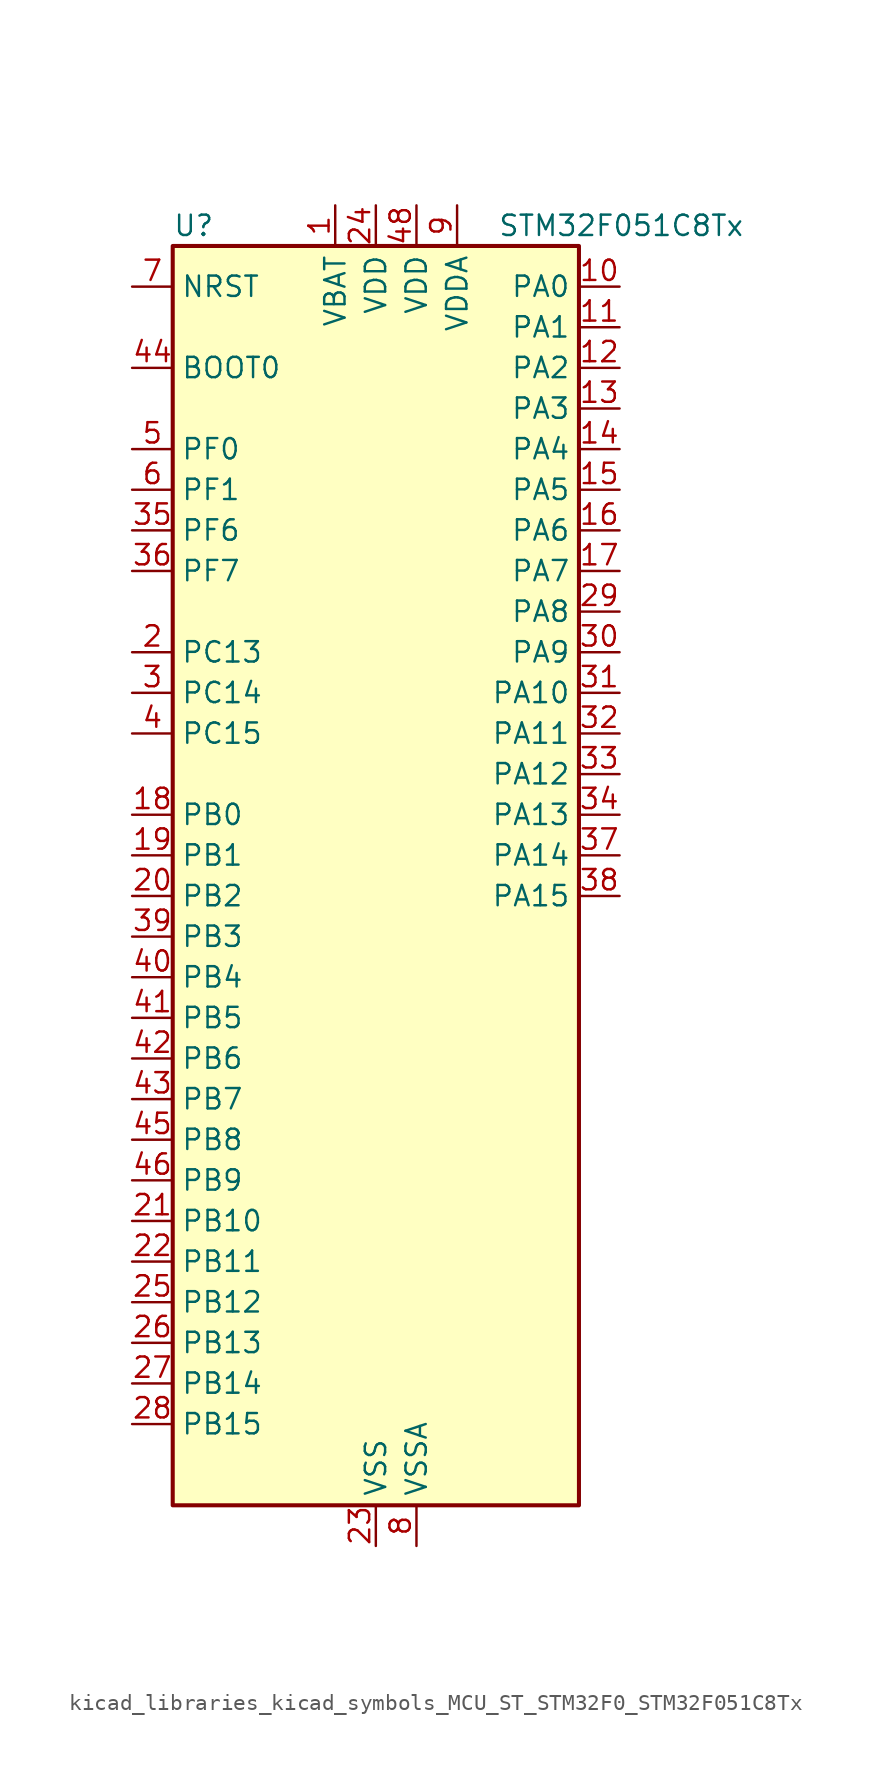
<source format=kicad_sym>
(kicad_symbol_lib
  (version 20220914)
  (generator kicad_symbol_editor)
  (symbol "kicad_libraries_kicad_symbols_MCU_ST_STM32F0_STM32F051C8Tx"
    (property "Reference" "U"
      (at -12.7 41.91 0)
      (effects (font (size 1.27 1.27)) (justify left)))
    (property "Value" "STM32F051C8Tx"
      (at 7.62 41.91 0)
      (effects (font (size 1.27 1.27)) (justify left)))
    (property "ki_locked" ""
      (at 0 0 0)
      (effects (font (size 1.27 1.27))))
    (symbol "kicad_libraries_kicad_symbols_MCU_ST_STM32F0_STM32F051C8Tx_0_1"
      (rectangle (start -12.7 -38.1) (end 12.7 40.64) (stroke (width 0.254) (type default)) (fill (type background))))
    (symbol "kicad_libraries_kicad_symbols_MCU_ST_STM32F0_STM32F051C8Tx_1_1"
      (pin power_in line (at -2.54 43.18 270) (length 2.54) (name "VBAT" (effects (font (size 1.27 1.27)))) (number "1" (effects (font (size 1.27 1.27)))))
      (pin bidirectional line (at 15.24 38.1 180) (length 2.54) (name "PA0" (effects (font (size 1.27 1.27)))) (number "10" (effects (font (size 1.27 1.27)))) (alternate "ADC_IN0" bidirectional line) (alternate "COMP1_INM" bidirectional line) (alternate "COMP1_OUT" bidirectional line) (alternate "RTC_TAMP2" bidirectional line) (alternate "SYS_WKUP1" bidirectional line) (alternate "TIM2_CH1" bidirectional line) (alternate "TIM2_ETR" bidirectional line) (alternate "TSC_G1_IO1" bidirectional line) (alternate "USART2_CTS" bidirectional line))
      (pin bidirectional line (at 15.24 35.56 180) (length 2.54) (name "PA1" (effects (font (size 1.27 1.27)))) (number "11" (effects (font (size 1.27 1.27)))) (alternate "ADC_IN1" bidirectional line) (alternate "COMP1_INP" bidirectional line) (alternate "TIM2_CH2" bidirectional line) (alternate "TSC_G1_IO2" bidirectional line) (alternate "USART2_DE" bidirectional line) (alternate "USART2_RTS" bidirectional line))
      (pin bidirectional line (at 15.24 33.02 180) (length 2.54) (name "PA2" (effects (font (size 1.27 1.27)))) (number "12" (effects (font (size 1.27 1.27)))) (alternate "ADC_IN2" bidirectional line) (alternate "COMP2_INM" bidirectional line) (alternate "COMP2_OUT" bidirectional line) (alternate "TIM15_CH1" bidirectional line) (alternate "TIM2_CH3" bidirectional line) (alternate "TSC_G1_IO3" bidirectional line) (alternate "USART2_TX" bidirectional line))
      (pin bidirectional line (at 15.24 30.48 180) (length 2.54) (name "PA3" (effects (font (size 1.27 1.27)))) (number "13" (effects (font (size 1.27 1.27)))) (alternate "ADC_IN3" bidirectional line) (alternate "COMP2_INP" bidirectional line) (alternate "TIM15_CH2" bidirectional line) (alternate "TIM2_CH4" bidirectional line) (alternate "TSC_G1_IO4" bidirectional line) (alternate "USART2_RX" bidirectional line))
      (pin bidirectional line (at 15.24 27.94 180) (length 2.54) (name "PA4" (effects (font (size 1.27 1.27)))) (number "14" (effects (font (size 1.27 1.27)))) (alternate "ADC_IN4" bidirectional line) (alternate "COMP1_INM" bidirectional line) (alternate "COMP2_INM" bidirectional line) (alternate "DAC1_OUT1" bidirectional line) (alternate "I2S1_WS" bidirectional line) (alternate "SPI1_NSS" bidirectional line) (alternate "TIM14_CH1" bidirectional line) (alternate "TSC_G2_IO1" bidirectional line) (alternate "USART2_CK" bidirectional line))
      (pin bidirectional line (at 15.24 25.4 180) (length 2.54) (name "PA5" (effects (font (size 1.27 1.27)))) (number "15" (effects (font (size 1.27 1.27)))) (alternate "ADC_IN5" bidirectional line) (alternate "CEC" bidirectional line) (alternate "COMP1_INM" bidirectional line) (alternate "COMP2_INM" bidirectional line) (alternate "I2S1_CK" bidirectional line) (alternate "SPI1_SCK" bidirectional line) (alternate "TIM2_CH1" bidirectional line) (alternate "TIM2_ETR" bidirectional line) (alternate "TSC_G2_IO2" bidirectional line))
      (pin bidirectional line (at 15.24 22.86 180) (length 2.54) (name "PA6" (effects (font (size 1.27 1.27)))) (number "16" (effects (font (size 1.27 1.27)))) (alternate "ADC_IN6" bidirectional line) (alternate "COMP1_OUT" bidirectional line) (alternate "I2S1_MCK" bidirectional line) (alternate "SPI1_MISO" bidirectional line) (alternate "TIM16_CH1" bidirectional line) (alternate "TIM1_BKIN" bidirectional line) (alternate "TIM3_CH1" bidirectional line) (alternate "TSC_G2_IO3" bidirectional line))
      (pin bidirectional line (at 15.24 20.32 180) (length 2.54) (name "PA7" (effects (font (size 1.27 1.27)))) (number "17" (effects (font (size 1.27 1.27)))) (alternate "ADC_IN7" bidirectional line) (alternate "COMP2_OUT" bidirectional line) (alternate "I2S1_SD" bidirectional line) (alternate "SPI1_MOSI" bidirectional line) (alternate "TIM14_CH1" bidirectional line) (alternate "TIM17_CH1" bidirectional line) (alternate "TIM1_CH1N" bidirectional line) (alternate "TIM3_CH2" bidirectional line) (alternate "TSC_G2_IO4" bidirectional line))
      (pin bidirectional line (at -15.24 5.08 0) (length 2.54) (name "PB0" (effects (font (size 1.27 1.27)))) (number "18" (effects (font (size 1.27 1.27)))) (alternate "ADC_IN8" bidirectional line) (alternate "TIM1_CH2N" bidirectional line) (alternate "TIM3_CH3" bidirectional line) (alternate "TSC_G3_IO2" bidirectional line))
      (pin bidirectional line (at -15.24 2.54 0) (length 2.54) (name "PB1" (effects (font (size 1.27 1.27)))) (number "19" (effects (font (size 1.27 1.27)))) (alternate "ADC_IN9" bidirectional line) (alternate "TIM14_CH1" bidirectional line) (alternate "TIM1_CH3N" bidirectional line) (alternate "TIM3_CH4" bidirectional line) (alternate "TSC_G3_IO3" bidirectional line))
      (pin bidirectional line (at -15.24 15.24 0) (length 2.54) (name "PC13" (effects (font (size 1.27 1.27)))) (number "2" (effects (font (size 1.27 1.27)))) (alternate "RTC_OUT_ALARM" bidirectional line) (alternate "RTC_OUT_CALIB" bidirectional line) (alternate "RTC_TAMP1" bidirectional line) (alternate "RTC_TS" bidirectional line) (alternate "SYS_WKUP2" bidirectional line))
      (pin bidirectional line (at -15.24 0 0) (length 2.54) (name "PB2" (effects (font (size 1.27 1.27)))) (number "20" (effects (font (size 1.27 1.27)))) (alternate "TSC_G3_IO4" bidirectional line))
      (pin bidirectional line (at -15.24 -20.32 0) (length 2.54) (name "PB10" (effects (font (size 1.27 1.27)))) (number "21" (effects (font (size 1.27 1.27)))) (alternate "CEC" bidirectional line) (alternate "I2C2_SCL" bidirectional line) (alternate "TIM2_CH3" bidirectional line) (alternate "TSC_SYNC" bidirectional line))
      (pin bidirectional line (at -15.24 -22.86 0) (length 2.54) (name "PB11" (effects (font (size 1.27 1.27)))) (number "22" (effects (font (size 1.27 1.27)))) (alternate "I2C2_SDA" bidirectional line) (alternate "TIM2_CH4" bidirectional line) (alternate "TSC_G6_IO1" bidirectional line))
      (pin power_in line (at 0 -40.64 90) (length 2.54) (name "VSS" (effects (font (size 1.27 1.27)))) (number "23" (effects (font (size 1.27 1.27)))))
      (pin power_in line (at 0 43.18 270) (length 2.54) (name "VDD" (effects (font (size 1.27 1.27)))) (number "24" (effects (font (size 1.27 1.27)))))
      (pin bidirectional line (at -15.24 -25.4 0) (length 2.54) (name "PB12" (effects (font (size 1.27 1.27)))) (number "25" (effects (font (size 1.27 1.27)))) (alternate "SPI2_NSS" bidirectional line) (alternate "TIM1_BKIN" bidirectional line) (alternate "TSC_G6_IO2" bidirectional line))
      (pin bidirectional line (at -15.24 -27.94 0) (length 2.54) (name "PB13" (effects (font (size 1.27 1.27)))) (number "26" (effects (font (size 1.27 1.27)))) (alternate "SPI2_SCK" bidirectional line) (alternate "TIM1_CH1N" bidirectional line) (alternate "TSC_G6_IO3" bidirectional line))
      (pin bidirectional line (at -15.24 -30.48 0) (length 2.54) (name "PB14" (effects (font (size 1.27 1.27)))) (number "27" (effects (font (size 1.27 1.27)))) (alternate "SPI2_MISO" bidirectional line) (alternate "TIM15_CH1" bidirectional line) (alternate "TIM1_CH2N" bidirectional line) (alternate "TSC_G6_IO4" bidirectional line))
      (pin bidirectional line (at -15.24 -33.02 0) (length 2.54) (name "PB15" (effects (font (size 1.27 1.27)))) (number "28" (effects (font (size 1.27 1.27)))) (alternate "RTC_REFIN" bidirectional line) (alternate "SPI2_MOSI" bidirectional line) (alternate "TIM15_CH1N" bidirectional line) (alternate "TIM15_CH2" bidirectional line) (alternate "TIM1_CH3N" bidirectional line))
      (pin bidirectional line (at 15.24 17.78 180) (length 2.54) (name "PA8" (effects (font (size 1.27 1.27)))) (number "29" (effects (font (size 1.27 1.27)))) (alternate "RCC_MCO" bidirectional line) (alternate "TIM1_CH1" bidirectional line) (alternate "USART1_CK" bidirectional line))
      (pin bidirectional line (at -15.24 12.7 0) (length 2.54) (name "PC14" (effects (font (size 1.27 1.27)))) (number "3" (effects (font (size 1.27 1.27)))) (alternate "RCC_OSC32_IN" bidirectional line))
      (pin bidirectional line (at 15.24 15.24 180) (length 2.54) (name "PA9" (effects (font (size 1.27 1.27)))) (number "30" (effects (font (size 1.27 1.27)))) (alternate "DAC1_EXTI9" bidirectional line) (alternate "TIM15_BKIN" bidirectional line) (alternate "TIM1_CH2" bidirectional line) (alternate "TSC_G4_IO1" bidirectional line) (alternate "USART1_TX" bidirectional line))
      (pin bidirectional line (at 15.24 12.7 180) (length 2.54) (name "PA10" (effects (font (size 1.27 1.27)))) (number "31" (effects (font (size 1.27 1.27)))) (alternate "TIM17_BKIN" bidirectional line) (alternate "TIM1_CH3" bidirectional line) (alternate "TSC_G4_IO2" bidirectional line) (alternate "USART1_RX" bidirectional line))
      (pin bidirectional line (at 15.24 10.16 180) (length 2.54) (name "PA11" (effects (font (size 1.27 1.27)))) (number "32" (effects (font (size 1.27 1.27)))) (alternate "COMP1_OUT" bidirectional line) (alternate "TIM1_CH4" bidirectional line) (alternate "TSC_G4_IO3" bidirectional line) (alternate "USART1_CTS" bidirectional line))
      (pin bidirectional line (at 15.24 7.62 180) (length 2.54) (name "PA12" (effects (font (size 1.27 1.27)))) (number "33" (effects (font (size 1.27 1.27)))) (alternate "COMP2_OUT" bidirectional line) (alternate "TIM1_ETR" bidirectional line) (alternate "TSC_G4_IO4" bidirectional line) (alternate "USART1_DE" bidirectional line) (alternate "USART1_RTS" bidirectional line))
      (pin bidirectional line (at 15.24 5.08 180) (length 2.54) (name "PA13" (effects (font (size 1.27 1.27)))) (number "34" (effects (font (size 1.27 1.27)))) (alternate "IR_OUT" bidirectional line) (alternate "SYS_SWDIO" bidirectional line))
      (pin bidirectional line (at -15.24 22.86 0) (length 2.54) (name "PF6" (effects (font (size 1.27 1.27)))) (number "35" (effects (font (size 1.27 1.27)))) (alternate "I2C2_SCL" bidirectional line))
      (pin bidirectional line (at -15.24 20.32 0) (length 2.54) (name "PF7" (effects (font (size 1.27 1.27)))) (number "36" (effects (font (size 1.27 1.27)))) (alternate "I2C2_SDA" bidirectional line))
      (pin bidirectional line (at 15.24 2.54 180) (length 2.54) (name "PA14" (effects (font (size 1.27 1.27)))) (number "37" (effects (font (size 1.27 1.27)))) (alternate "SYS_SWCLK" bidirectional line) (alternate "USART2_TX" bidirectional line))
      (pin bidirectional line (at 15.24 0 180) (length 2.54) (name "PA15" (effects (font (size 1.27 1.27)))) (number "38" (effects (font (size 1.27 1.27)))) (alternate "I2S1_WS" bidirectional line) (alternate "SPI1_NSS" bidirectional line) (alternate "TIM2_CH1" bidirectional line) (alternate "TIM2_ETR" bidirectional line) (alternate "USART2_RX" bidirectional line))
      (pin bidirectional line (at -15.24 -2.54 0) (length 2.54) (name "PB3" (effects (font (size 1.27 1.27)))) (number "39" (effects (font (size 1.27 1.27)))) (alternate "I2S1_CK" bidirectional line) (alternate "SPI1_SCK" bidirectional line) (alternate "TIM2_CH2" bidirectional line) (alternate "TSC_G5_IO1" bidirectional line))
      (pin bidirectional line (at -15.24 10.16 0) (length 2.54) (name "PC15" (effects (font (size 1.27 1.27)))) (number "4" (effects (font (size 1.27 1.27)))) (alternate "RCC_OSC32_OUT" bidirectional line))
      (pin bidirectional line (at -15.24 -5.08 0) (length 2.54) (name "PB4" (effects (font (size 1.27 1.27)))) (number "40" (effects (font (size 1.27 1.27)))) (alternate "I2S1_MCK" bidirectional line) (alternate "SPI1_MISO" bidirectional line) (alternate "TIM3_CH1" bidirectional line) (alternate "TSC_G5_IO2" bidirectional line))
      (pin bidirectional line (at -15.24 -7.62 0) (length 2.54) (name "PB5" (effects (font (size 1.27 1.27)))) (number "41" (effects (font (size 1.27 1.27)))) (alternate "I2C1_SMBA" bidirectional line) (alternate "I2S1_SD" bidirectional line) (alternate "SPI1_MOSI" bidirectional line) (alternate "TIM16_BKIN" bidirectional line) (alternate "TIM3_CH2" bidirectional line))
      (pin bidirectional line (at -15.24 -10.16 0) (length 2.54) (name "PB6" (effects (font (size 1.27 1.27)))) (number "42" (effects (font (size 1.27 1.27)))) (alternate "I2C1_SCL" bidirectional line) (alternate "TIM16_CH1N" bidirectional line) (alternate "TSC_G5_IO3" bidirectional line) (alternate "USART1_TX" bidirectional line))
      (pin bidirectional line (at -15.24 -12.7 0) (length 2.54) (name "PB7" (effects (font (size 1.27 1.27)))) (number "43" (effects (font (size 1.27 1.27)))) (alternate "I2C1_SDA" bidirectional line) (alternate "TIM17_CH1N" bidirectional line) (alternate "TSC_G5_IO4" bidirectional line) (alternate "USART1_RX" bidirectional line))
      (pin input line (at -15.24 33.02 0) (length 2.54) (name "BOOT0" (effects (font (size 1.27 1.27)))) (number "44" (effects (font (size 1.27 1.27)))))
      (pin bidirectional line (at -15.24 -15.24 0) (length 2.54) (name "PB8" (effects (font (size 1.27 1.27)))) (number "45" (effects (font (size 1.27 1.27)))) (alternate "CEC" bidirectional line) (alternate "I2C1_SCL" bidirectional line) (alternate "TIM16_CH1" bidirectional line) (alternate "TSC_SYNC" bidirectional line))
      (pin bidirectional line (at -15.24 -17.78 0) (length 2.54) (name "PB9" (effects (font (size 1.27 1.27)))) (number "46" (effects (font (size 1.27 1.27)))) (alternate "DAC1_EXTI9" bidirectional line) (alternate "I2C1_SDA" bidirectional line) (alternate "IR_OUT" bidirectional line) (alternate "TIM17_CH1" bidirectional line))
      (pin passive line (at 0 -40.64 90) (length 2.54) hide (name "VSS" (effects (font (size 1.27 1.27)))) (number "47" (effects (font (size 1.27 1.27)))))
      (pin power_in line (at 2.54 43.18 270) (length 2.54) (name "VDD" (effects (font (size 1.27 1.27)))) (number "48" (effects (font (size 1.27 1.27)))))
      (pin bidirectional line (at -15.24 27.94 0) (length 2.54) (name "PF0" (effects (font (size 1.27 1.27)))) (number "5" (effects (font (size 1.27 1.27)))) (alternate "RCC_OSC_IN" bidirectional line))
      (pin bidirectional line (at -15.24 25.4 0) (length 2.54) (name "PF1" (effects (font (size 1.27 1.27)))) (number "6" (effects (font (size 1.27 1.27)))) (alternate "RCC_OSC_OUT" bidirectional line))
      (pin input line (at -15.24 38.1 0) (length 2.54) (name "NRST" (effects (font (size 1.27 1.27)))) (number "7" (effects (font (size 1.27 1.27)))))
      (pin power_in line (at 2.54 -40.64 90) (length 2.54) (name "VSSA" (effects (font (size 1.27 1.27)))) (number "8" (effects (font (size 1.27 1.27)))))
      (pin power_in line (at 5.08 43.18 270) (length 2.54) (name "VDDA" (effects (font (size 1.27 1.27)))) (number "9" (effects (font (size 1.27 1.27))))))))
</source>
